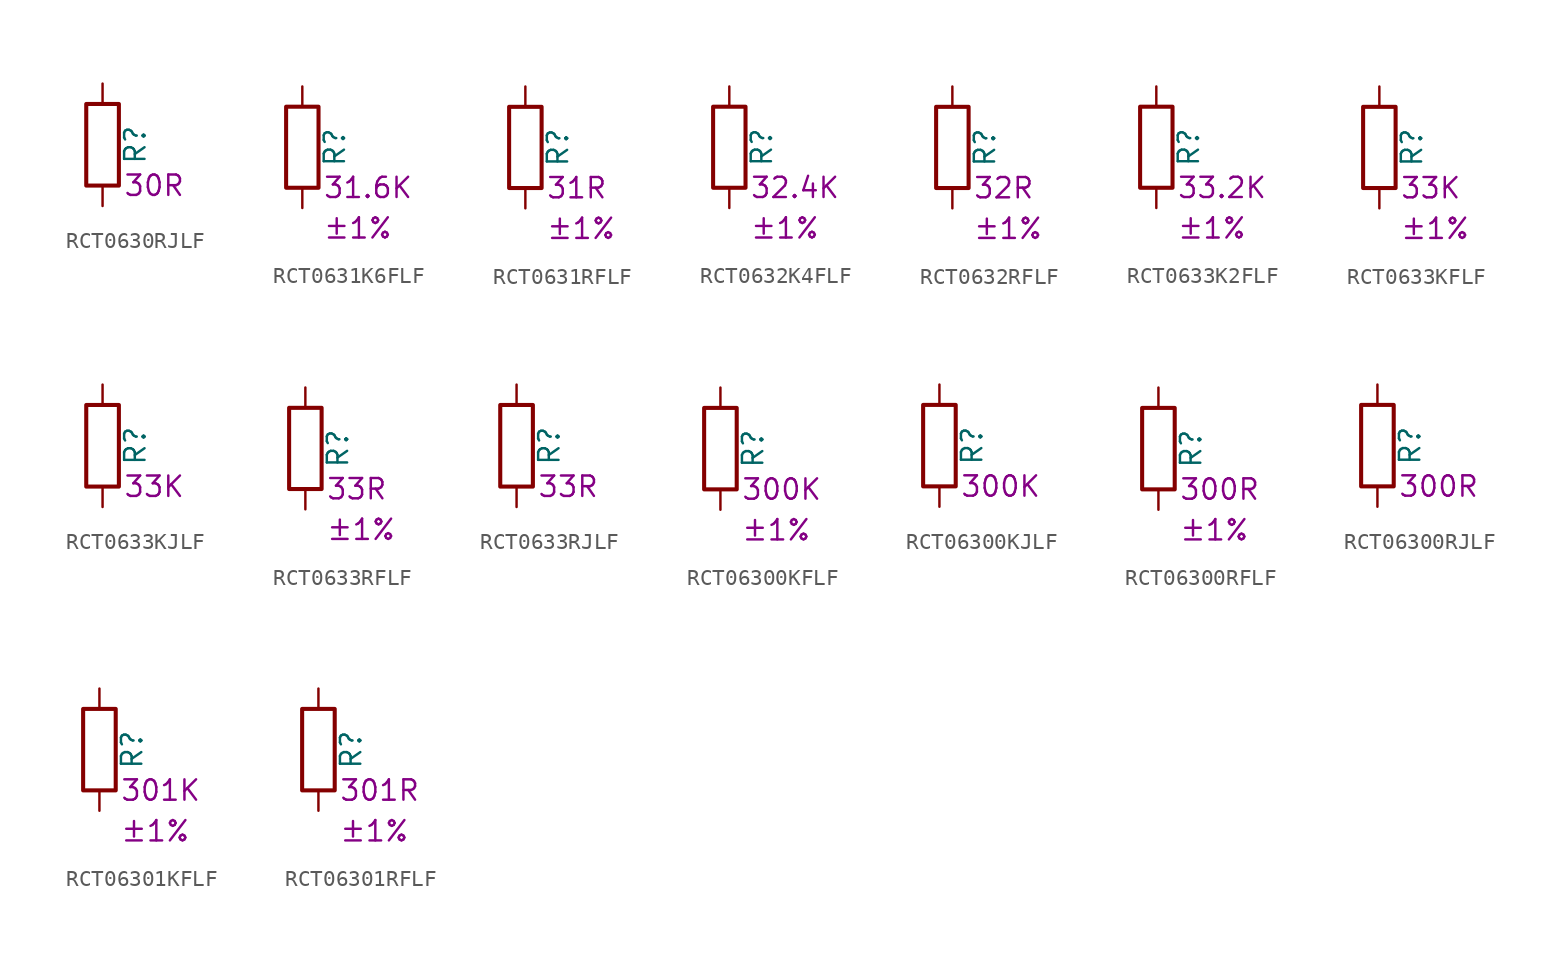
<source format=kicad_sym>
(kicad_symbol_lib
  (version 20220914)
  (generator kicad_symbol_editor)
  (symbol "RCT0630RJLF"
    (pin_numbers hide)
    (pin_names
      (offset 0))
    (property "Reference" "R"
      (at 2.032 0 90)
      (effects (font (size 1.27 1.27))))
    (property "Resistance" "30R"
      (at 1.27 -2.54 0)
      (effects (font (size 1.27 1.27)) (justify left)))
    (symbol "RCT0630RJLF_0_1"
      (rectangle (start -1.016 -2.54) (end 1.016 2.54) (stroke (width 0.254) (type default)) (fill (type none))))
    (symbol "RCT0630RJLF_1_1"
      (pin passive line (at 0 3.81 270) (length 1.27) (name "~" (effects (font (size 1.27 1.27)))) (number "1" (effects (font (size 1.27 1.27)))))
      (pin passive line (at 0 -3.81 90) (length 1.27) (name "~" (effects (font (size 1.27 1.27)))) (number "2" (effects (font (size 1.27 1.27)))))))
  (symbol "RCT0631K6FLF"
    (pin_numbers hide)
    (pin_names
      (offset 0))
    (property "Reference" "R"
      (at 2.032 0 90)
      (effects (font (size 1.27 1.27))))
    (property "Resistance" "31.6K"
      (at 1.27 -2.54 0)
      (effects (font (size 1.27 1.27)) (justify left)))
    (property "Tolerance" "±1%"
      (at 1.27 -5.08 0)
      (effects (font (size 1.27 1.27)) (justify left)))
    (symbol "RCT0631K6FLF_0_1"
      (rectangle (start -1.016 -2.54) (end 1.016 2.54) (stroke (width 0.254) (type default)) (fill (type none))))
    (symbol "RCT0631K6FLF_1_1"
      (pin passive line (at 0 3.81 270) (length 1.27) (name "~" (effects (font (size 1.27 1.27)))) (number "1" (effects (font (size 1.27 1.27)))))
      (pin passive line (at 0 -3.81 90) (length 1.27) (name "~" (effects (font (size 1.27 1.27)))) (number "2" (effects (font (size 1.27 1.27)))))))
  (symbol "RCT0631RFLF"
    (pin_numbers hide)
    (pin_names
      (offset 0))
    (property "Reference" "R"
      (at 2.032 0 90)
      (effects (font (size 1.27 1.27))))
    (property "Resistance" "31R"
      (at 1.27 -2.54 0)
      (effects (font (size 1.27 1.27)) (justify left)))
    (property "Tolerance" "±1%"
      (at 1.27 -5.08 0)
      (effects (font (size 1.27 1.27)) (justify left)))
    (symbol "RCT0631RFLF_0_1"
      (rectangle (start -1.016 -2.54) (end 1.016 2.54) (stroke (width 0.254) (type default)) (fill (type none))))
    (symbol "RCT0631RFLF_1_1"
      (pin passive line (at 0 3.81 270) (length 1.27) (name "~" (effects (font (size 1.27 1.27)))) (number "1" (effects (font (size 1.27 1.27)))))
      (pin passive line (at 0 -3.81 90) (length 1.27) (name "~" (effects (font (size 1.27 1.27)))) (number "2" (effects (font (size 1.27 1.27)))))))
  (symbol "RCT0632K4FLF"
    (pin_numbers hide)
    (pin_names
      (offset 0))
    (property "Reference" "R"
      (at 2.032 0 90)
      (effects (font (size 1.27 1.27))))
    (property "Resistance" "32.4K"
      (at 1.27 -2.54 0)
      (effects (font (size 1.27 1.27)) (justify left)))
    (property "Tolerance" "±1%"
      (at 1.27 -5.08 0)
      (effects (font (size 1.27 1.27)) (justify left)))
    (symbol "RCT0632K4FLF_0_1"
      (rectangle (start -1.016 -2.54) (end 1.016 2.54) (stroke (width 0.254) (type default)) (fill (type none))))
    (symbol "RCT0632K4FLF_1_1"
      (pin passive line (at 0 3.81 270) (length 1.27) (name "~" (effects (font (size 1.27 1.27)))) (number "1" (effects (font (size 1.27 1.27)))))
      (pin passive line (at 0 -3.81 90) (length 1.27) (name "~" (effects (font (size 1.27 1.27)))) (number "2" (effects (font (size 1.27 1.27)))))))
  (symbol "RCT0632RFLF"
    (pin_numbers hide)
    (pin_names
      (offset 0))
    (property "Reference" "R"
      (at 2.032 0 90)
      (effects (font (size 1.27 1.27))))
    (property "Resistance" "32R"
      (at 1.27 -2.54 0)
      (effects (font (size 1.27 1.27)) (justify left)))
    (property "Tolerance" "±1%"
      (at 1.27 -5.08 0)
      (effects (font (size 1.27 1.27)) (justify left)))
    (symbol "RCT0632RFLF_0_1"
      (rectangle (start -1.016 -2.54) (end 1.016 2.54) (stroke (width 0.254) (type default)) (fill (type none))))
    (symbol "RCT0632RFLF_1_1"
      (pin passive line (at 0 3.81 270) (length 1.27) (name "~" (effects (font (size 1.27 1.27)))) (number "1" (effects (font (size 1.27 1.27)))))
      (pin passive line (at 0 -3.81 90) (length 1.27) (name "~" (effects (font (size 1.27 1.27)))) (number "2" (effects (font (size 1.27 1.27)))))))
  (symbol "RCT0633K2FLF"
    (pin_numbers hide)
    (pin_names
      (offset 0))
    (property "Reference" "R"
      (at 2.032 0 90)
      (effects (font (size 1.27 1.27))))
    (property "Resistance" "33.2K"
      (at 1.27 -2.54 0)
      (effects (font (size 1.27 1.27)) (justify left)))
    (property "Tolerance" "±1%"
      (at 1.27 -5.08 0)
      (effects (font (size 1.27 1.27)) (justify left)))
    (symbol "RCT0633K2FLF_0_1"
      (rectangle (start -1.016 -2.54) (end 1.016 2.54) (stroke (width 0.254) (type default)) (fill (type none))))
    (symbol "RCT0633K2FLF_1_1"
      (pin passive line (at 0 3.81 270) (length 1.27) (name "~" (effects (font (size 1.27 1.27)))) (number "1" (effects (font (size 1.27 1.27)))))
      (pin passive line (at 0 -3.81 90) (length 1.27) (name "~" (effects (font (size 1.27 1.27)))) (number "2" (effects (font (size 1.27 1.27)))))))
  (symbol "RCT0633KFLF"
    (pin_numbers hide)
    (pin_names
      (offset 0))
    (property "Reference" "R"
      (at 2.032 0 90)
      (effects (font (size 1.27 1.27))))
    (property "Resistance" "33K"
      (at 1.27 -2.54 0)
      (effects (font (size 1.27 1.27)) (justify left)))
    (property "Tolerance" "±1%"
      (at 1.27 -5.08 0)
      (effects (font (size 1.27 1.27)) (justify left)))
    (symbol "RCT0633KFLF_0_1"
      (rectangle (start -1.016 -2.54) (end 1.016 2.54) (stroke (width 0.254) (type default)) (fill (type none))))
    (symbol "RCT0633KFLF_1_1"
      (pin passive line (at 0 3.81 270) (length 1.27) (name "~" (effects (font (size 1.27 1.27)))) (number "1" (effects (font (size 1.27 1.27)))))
      (pin passive line (at 0 -3.81 90) (length 1.27) (name "~" (effects (font (size 1.27 1.27)))) (number "2" (effects (font (size 1.27 1.27)))))))
  (symbol "RCT0633KJLF"
    (pin_numbers hide)
    (pin_names
      (offset 0))
    (property "Reference" "R"
      (at 2.032 0 90)
      (effects (font (size 1.27 1.27))))
    (property "Resistance" "33K"
      (at 1.27 -2.54 0)
      (effects (font (size 1.27 1.27)) (justify left)))
    (symbol "RCT0633KJLF_0_1"
      (rectangle (start -1.016 -2.54) (end 1.016 2.54) (stroke (width 0.254) (type default)) (fill (type none))))
    (symbol "RCT0633KJLF_1_1"
      (pin passive line (at 0 3.81 270) (length 1.27) (name "~" (effects (font (size 1.27 1.27)))) (number "1" (effects (font (size 1.27 1.27)))))
      (pin passive line (at 0 -3.81 90) (length 1.27) (name "~" (effects (font (size 1.27 1.27)))) (number "2" (effects (font (size 1.27 1.27)))))))
  (symbol "RCT0633RFLF"
    (pin_numbers hide)
    (pin_names
      (offset 0))
    (property "Reference" "R"
      (at 2.032 0 90)
      (effects (font (size 1.27 1.27))))
    (property "Resistance" "33R"
      (at 1.27 -2.54 0)
      (effects (font (size 1.27 1.27)) (justify left)))
    (property "Tolerance" "±1%"
      (at 1.27 -5.08 0)
      (effects (font (size 1.27 1.27)) (justify left)))
    (symbol "RCT0633RFLF_0_1"
      (rectangle (start -1.016 -2.54) (end 1.016 2.54) (stroke (width 0.254) (type default)) (fill (type none))))
    (symbol "RCT0633RFLF_1_1"
      (pin passive line (at 0 3.81 270) (length 1.27) (name "~" (effects (font (size 1.27 1.27)))) (number "1" (effects (font (size 1.27 1.27)))))
      (pin passive line (at 0 -3.81 90) (length 1.27) (name "~" (effects (font (size 1.27 1.27)))) (number "2" (effects (font (size 1.27 1.27)))))))
  (symbol "RCT0633RJLF"
    (pin_numbers hide)
    (pin_names
      (offset 0))
    (property "Reference" "R"
      (at 2.032 0 90)
      (effects (font (size 1.27 1.27))))
    (property "Resistance" "33R"
      (at 1.27 -2.54 0)
      (effects (font (size 1.27 1.27)) (justify left)))
    (symbol "RCT0633RJLF_0_1"
      (rectangle (start -1.016 -2.54) (end 1.016 2.54) (stroke (width 0.254) (type default)) (fill (type none))))
    (symbol "RCT0633RJLF_1_1"
      (pin passive line (at 0 3.81 270) (length 1.27) (name "~" (effects (font (size 1.27 1.27)))) (number "1" (effects (font (size 1.27 1.27)))))
      (pin passive line (at 0 -3.81 90) (length 1.27) (name "~" (effects (font (size 1.27 1.27)))) (number "2" (effects (font (size 1.27 1.27)))))))
  (symbol "RCT06300KFLF"
    (pin_numbers hide)
    (pin_names
      (offset 0))
    (property "Reference" "R"
      (at 2.032 0 90)
      (effects (font (size 1.27 1.27))))
    (property "Resistance" "300K"
      (at 1.27 -2.54 0)
      (effects (font (size 1.27 1.27)) (justify left)))
    (property "Tolerance" "±1%"
      (at 1.27 -5.08 0)
      (effects (font (size 1.27 1.27)) (justify left)))
    (symbol "RCT06300KFLF_0_1"
      (rectangle (start -1.016 -2.54) (end 1.016 2.54) (stroke (width 0.254) (type default)) (fill (type none))))
    (symbol "RCT06300KFLF_1_1"
      (pin passive line (at 0 3.81 270) (length 1.27) (name "~" (effects (font (size 1.27 1.27)))) (number "1" (effects (font (size 1.27 1.27)))))
      (pin passive line (at 0 -3.81 90) (length 1.27) (name "~" (effects (font (size 1.27 1.27)))) (number "2" (effects (font (size 1.27 1.27)))))))
  (symbol "RCT06300KJLF"
    (pin_numbers hide)
    (pin_names
      (offset 0))
    (property "Reference" "R"
      (at 2.032 0 90)
      (effects (font (size 1.27 1.27))))
    (property "Resistance" "300K"
      (at 1.27 -2.54 0)
      (effects (font (size 1.27 1.27)) (justify left)))
    (symbol "RCT06300KJLF_0_1"
      (rectangle (start -1.016 -2.54) (end 1.016 2.54) (stroke (width 0.254) (type default)) (fill (type none))))
    (symbol "RCT06300KJLF_1_1"
      (pin passive line (at 0 3.81 270) (length 1.27) (name "~" (effects (font (size 1.27 1.27)))) (number "1" (effects (font (size 1.27 1.27)))))
      (pin passive line (at 0 -3.81 90) (length 1.27) (name "~" (effects (font (size 1.27 1.27)))) (number "2" (effects (font (size 1.27 1.27)))))))
  (symbol "RCT06300RFLF"
    (pin_numbers hide)
    (pin_names
      (offset 0))
    (property "Reference" "R"
      (at 2.032 0 90)
      (effects (font (size 1.27 1.27))))
    (property "Resistance" "300R"
      (at 1.27 -2.54 0)
      (effects (font (size 1.27 1.27)) (justify left)))
    (property "Tolerance" "±1%"
      (at 1.27 -5.08 0)
      (effects (font (size 1.27 1.27)) (justify left)))
    (symbol "RCT06300RFLF_0_1"
      (rectangle (start -1.016 -2.54) (end 1.016 2.54) (stroke (width 0.254) (type default)) (fill (type none))))
    (symbol "RCT06300RFLF_1_1"
      (pin passive line (at 0 3.81 270) (length 1.27) (name "~" (effects (font (size 1.27 1.27)))) (number "1" (effects (font (size 1.27 1.27)))))
      (pin passive line (at 0 -3.81 90) (length 1.27) (name "~" (effects (font (size 1.27 1.27)))) (number "2" (effects (font (size 1.27 1.27)))))))
  (symbol "RCT06300RJLF"
    (pin_numbers hide)
    (pin_names
      (offset 0))
    (property "Reference" "R"
      (at 2.032 0 90)
      (effects (font (size 1.27 1.27))))
    (property "Resistance" "300R"
      (at 1.27 -2.54 0)
      (effects (font (size 1.27 1.27)) (justify left)))
    (symbol "RCT06300RJLF_0_1"
      (rectangle (start -1.016 -2.54) (end 1.016 2.54) (stroke (width 0.254) (type default)) (fill (type none))))
    (symbol "RCT06300RJLF_1_1"
      (pin passive line (at 0 3.81 270) (length 1.27) (name "~" (effects (font (size 1.27 1.27)))) (number "1" (effects (font (size 1.27 1.27)))))
      (pin passive line (at 0 -3.81 90) (length 1.27) (name "~" (effects (font (size 1.27 1.27)))) (number "2" (effects (font (size 1.27 1.27)))))))
  (symbol "RCT06301KFLF"
    (pin_numbers hide)
    (pin_names
      (offset 0))
    (property "Reference" "R"
      (at 2.032 0 90)
      (effects (font (size 1.27 1.27))))
    (property "Resistance" "301K"
      (at 1.27 -2.54 0)
      (effects (font (size 1.27 1.27)) (justify left)))
    (property "Tolerance" "±1%"
      (at 1.27 -5.08 0)
      (effects (font (size 1.27 1.27)) (justify left)))
    (symbol "RCT06301KFLF_0_1"
      (rectangle (start -1.016 -2.54) (end 1.016 2.54) (stroke (width 0.254) (type default)) (fill (type none))))
    (symbol "RCT06301KFLF_1_1"
      (pin passive line (at 0 3.81 270) (length 1.27) (name "~" (effects (font (size 1.27 1.27)))) (number "1" (effects (font (size 1.27 1.27)))))
      (pin passive line (at 0 -3.81 90) (length 1.27) (name "~" (effects (font (size 1.27 1.27)))) (number "2" (effects (font (size 1.27 1.27)))))))
  (symbol "RCT06301RFLF"
    (pin_numbers hide)
    (pin_names
      (offset 0))
    (property "Reference" "R"
      (at 2.032 0 90)
      (effects (font (size 1.27 1.27))))
    (property "Resistance" "301R"
      (at 1.27 -2.54 0)
      (effects (font (size 1.27 1.27)) (justify left)))
    (property "Tolerance" "±1%"
      (at 1.27 -5.08 0)
      (effects (font (size 1.27 1.27)) (justify left)))
    (symbol "RCT06301RFLF_0_1"
      (rectangle (start -1.016 -2.54) (end 1.016 2.54) (stroke (width 0.254) (type default)) (fill (type none))))
    (symbol "RCT06301RFLF_1_1"
      (pin passive line (at 0 3.81 270) (length 1.27) (name "~" (effects (font (size 1.27 1.27)))) (number "1" (effects (font (size 1.27 1.27)))))
      (pin passive line (at 0 -3.81 90) (length 1.27) (name "~" (effects (font (size 1.27 1.27)))) (number "2" (effects (font (size 1.27 1.27))))))))
</source>
